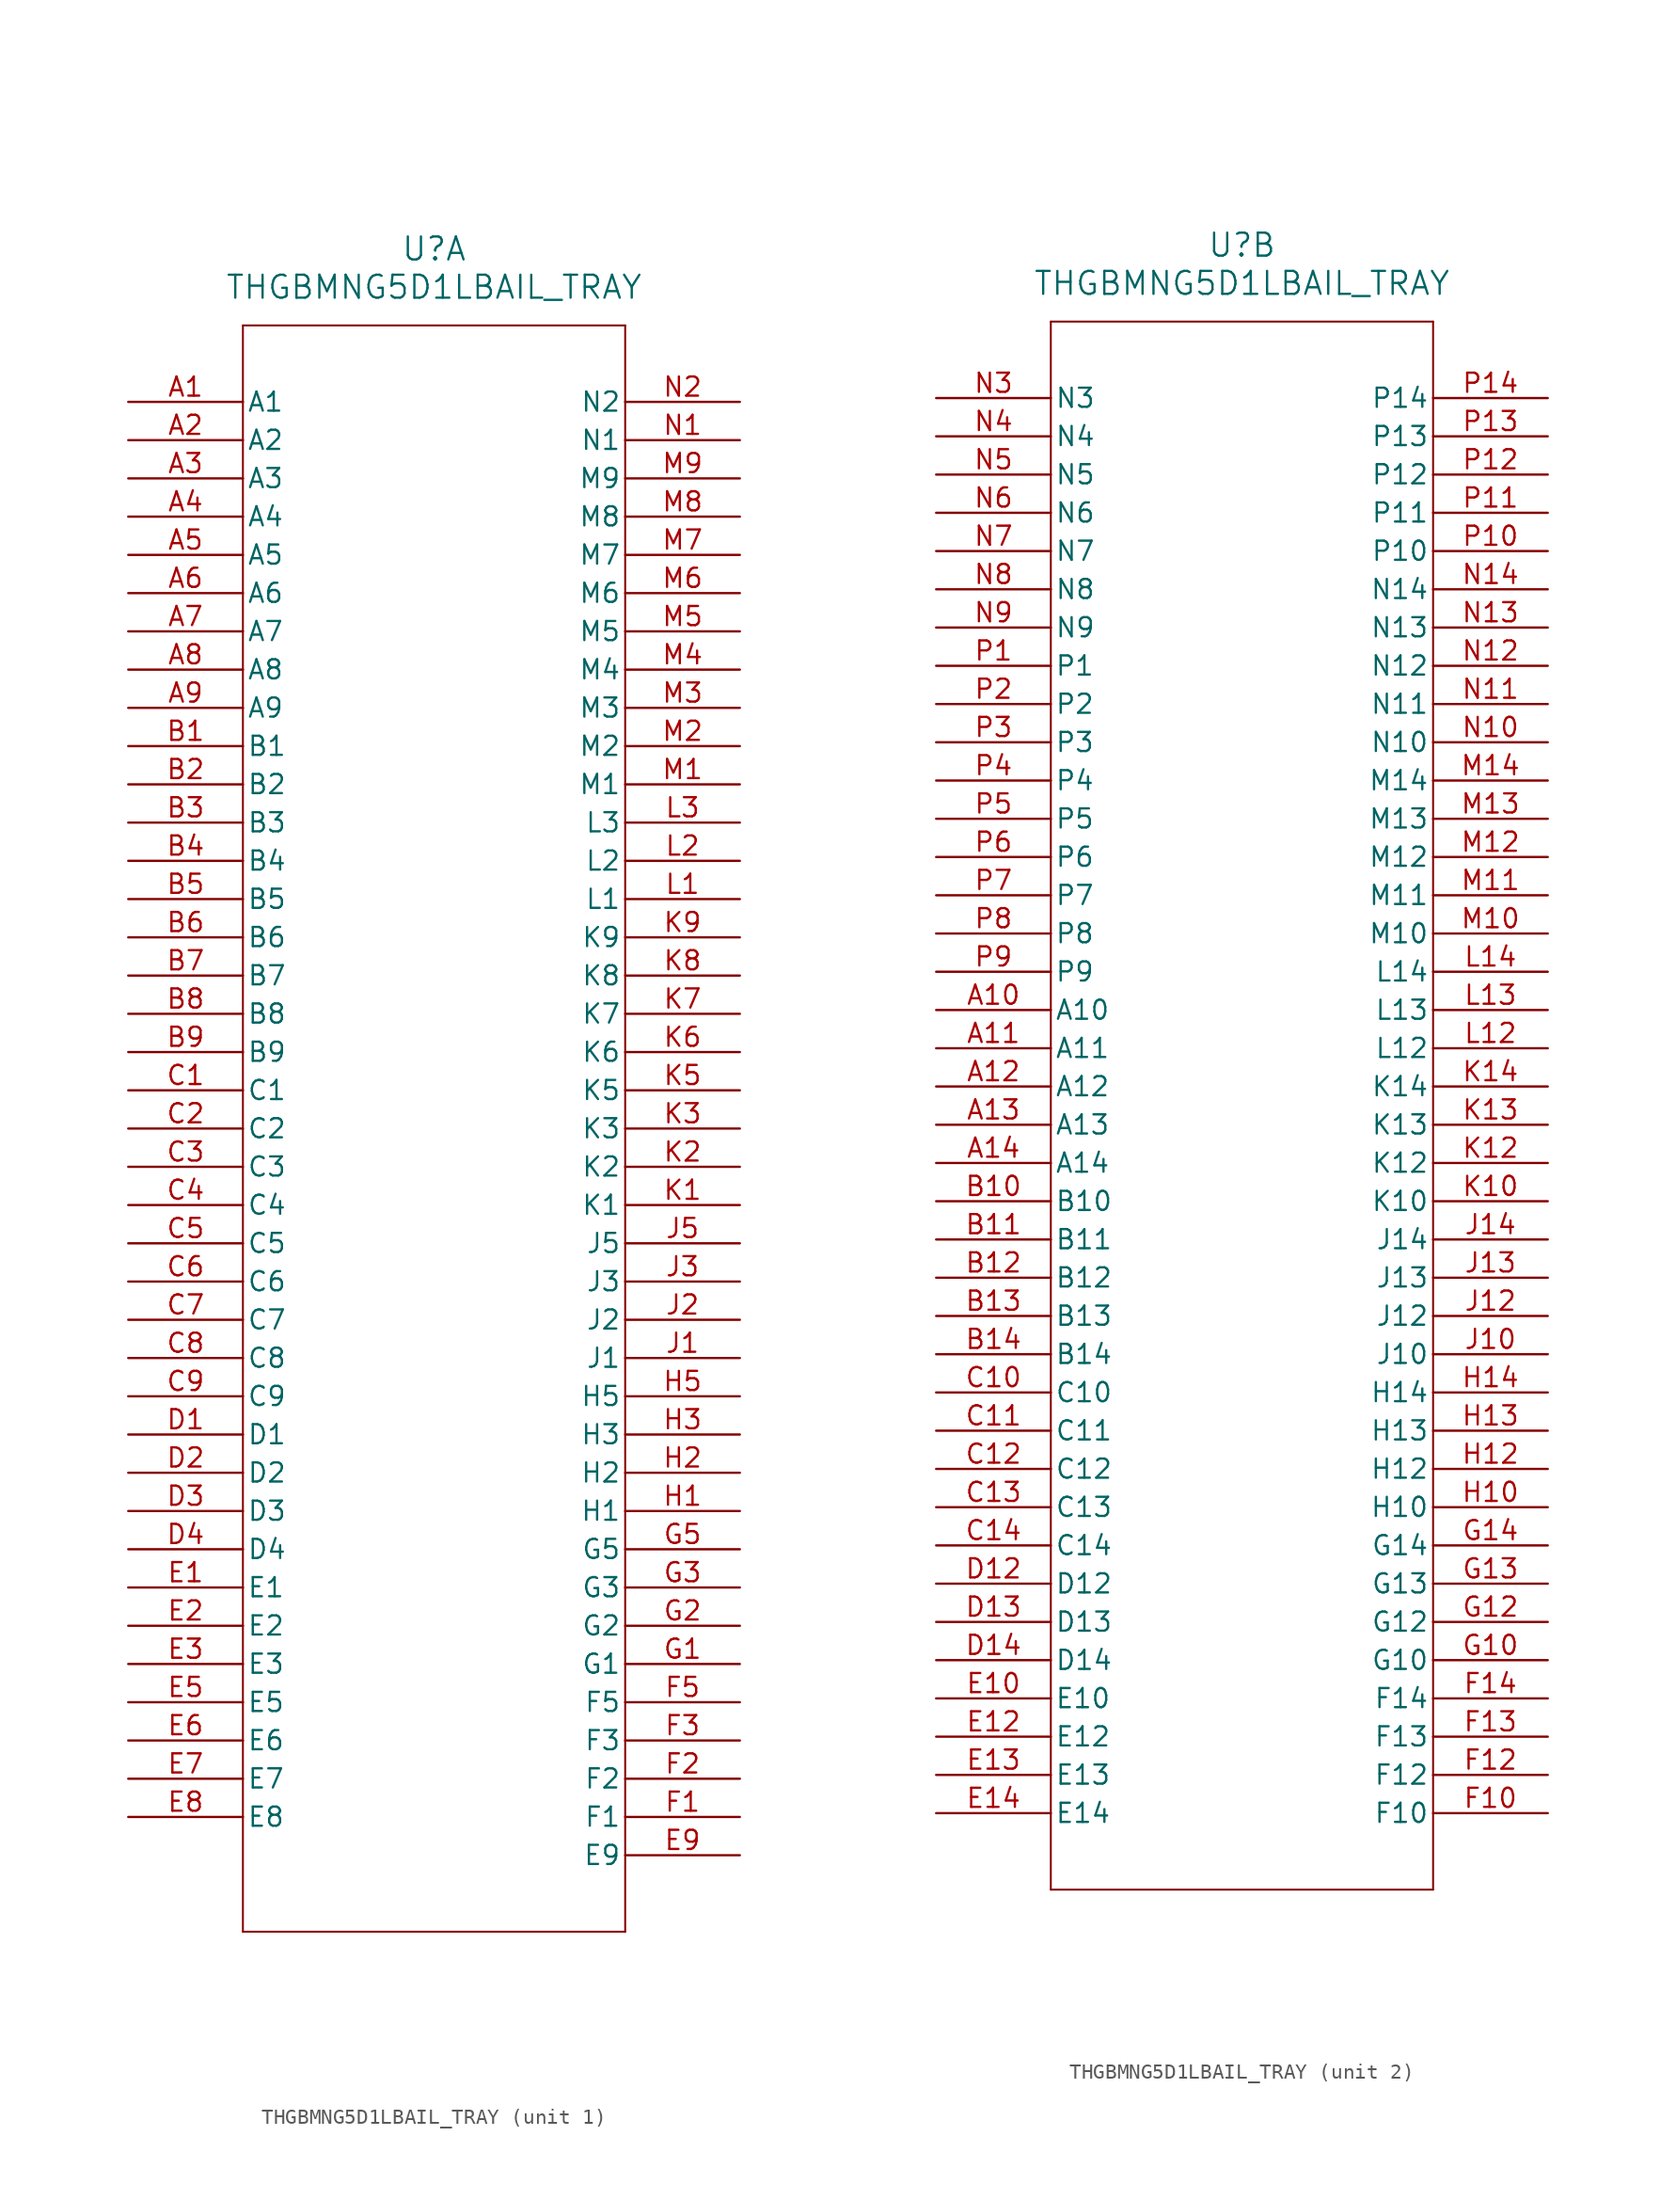
<source format=kicad_sym>
(kicad_symbol_lib
  (version 20211014)
  (generator kicad_symbol_editor)
  (symbol "THGBMNG5D1LBAIL_TRAY"
    (pin_names
      (offset 0.254))
    (property "Reference" "U"
      (at 20.32 10.16 0)
      (effects (font (size 1.524 1.524))))
    (property "Value" "THGBMNG5D1LBAIL_TRAY"
      (at 20.32 7.62 0)
      (effects (font (size 1.524 1.524))))
    (symbol "THGBMNG5D1LBAIL_TRAY_1_1"
      (polyline (pts (xy 7.62 5.08) (xy 7.62 -101.6)) (stroke (width 0.127) (type default) (color 0 0 0 0)) (fill (type none)))
      (polyline (pts (xy 7.62 -101.6) (xy 33.02 -101.6)) (stroke (width 0.127) (type default) (color 0 0 0 0)) (fill (type none)))
      (polyline (pts (xy 33.02 -101.6) (xy 33.02 5.08)) (stroke (width 0.127) (type default) (color 0 0 0 0)) (fill (type none)))
      (polyline (pts (xy 33.02 5.08) (xy 7.62 5.08)) (stroke (width 0.127) (type default) (color 0 0 0 0)) (fill (type none)))
      (pin unspecified line (at 0 0 0) (length 7.62) (name "A1" (effects (font (size 1.27 1.27)))) (number "A1" (effects (font (size 1.27 1.27)))))
      (pin unspecified line (at 0 -2.54 0) (length 7.62) (name "A2" (effects (font (size 1.27 1.27)))) (number "A2" (effects (font (size 1.27 1.27)))))
      (pin unspecified line (at 0 -5.08 0) (length 7.62) (name "A3" (effects (font (size 1.27 1.27)))) (number "A3" (effects (font (size 1.27 1.27)))))
      (pin unspecified line (at 0 -7.62 0) (length 7.62) (name "A4" (effects (font (size 1.27 1.27)))) (number "A4" (effects (font (size 1.27 1.27)))))
      (pin unspecified line (at 0 -10.16 0) (length 7.62) (name "A5" (effects (font (size 1.27 1.27)))) (number "A5" (effects (font (size 1.27 1.27)))))
      (pin unspecified line (at 0 -12.7 0) (length 7.62) (name "A6" (effects (font (size 1.27 1.27)))) (number "A6" (effects (font (size 1.27 1.27)))))
      (pin unspecified line (at 0 -15.24 0) (length 7.62) (name "A7" (effects (font (size 1.27 1.27)))) (number "A7" (effects (font (size 1.27 1.27)))))
      (pin unspecified line (at 0 -17.78 0) (length 7.62) (name "A8" (effects (font (size 1.27 1.27)))) (number "A8" (effects (font (size 1.27 1.27)))))
      (pin unspecified line (at 0 -20.32 0) (length 7.62) (name "A9" (effects (font (size 1.27 1.27)))) (number "A9" (effects (font (size 1.27 1.27)))))
      (pin unspecified line (at 0 -22.86 0) (length 7.62) (name "B1" (effects (font (size 1.27 1.27)))) (number "B1" (effects (font (size 1.27 1.27)))))
      (pin unspecified line (at 0 -25.4 0) (length 7.62) (name "B2" (effects (font (size 1.27 1.27)))) (number "B2" (effects (font (size 1.27 1.27)))))
      (pin unspecified line (at 0 -27.94 0) (length 7.62) (name "B3" (effects (font (size 1.27 1.27)))) (number "B3" (effects (font (size 1.27 1.27)))))
      (pin unspecified line (at 0 -30.48 0) (length 7.62) (name "B4" (effects (font (size 1.27 1.27)))) (number "B4" (effects (font (size 1.27 1.27)))))
      (pin unspecified line (at 0 -33.02 0) (length 7.62) (name "B5" (effects (font (size 1.27 1.27)))) (number "B5" (effects (font (size 1.27 1.27)))))
      (pin unspecified line (at 0 -35.56 0) (length 7.62) (name "B6" (effects (font (size 1.27 1.27)))) (number "B6" (effects (font (size 1.27 1.27)))))
      (pin unspecified line (at 0 -38.1 0) (length 7.62) (name "B7" (effects (font (size 1.27 1.27)))) (number "B7" (effects (font (size 1.27 1.27)))))
      (pin unspecified line (at 0 -40.64 0) (length 7.62) (name "B8" (effects (font (size 1.27 1.27)))) (number "B8" (effects (font (size 1.27 1.27)))))
      (pin unspecified line (at 0 -43.18 0) (length 7.62) (name "B9" (effects (font (size 1.27 1.27)))) (number "B9" (effects (font (size 1.27 1.27)))))
      (pin unspecified line (at 0 -45.72 0) (length 7.62) (name "C1" (effects (font (size 1.27 1.27)))) (number "C1" (effects (font (size 1.27 1.27)))))
      (pin unspecified line (at 0 -48.26 0) (length 7.62) (name "C2" (effects (font (size 1.27 1.27)))) (number "C2" (effects (font (size 1.27 1.27)))))
      (pin unspecified line (at 0 -50.8 0) (length 7.62) (name "C3" (effects (font (size 1.27 1.27)))) (number "C3" (effects (font (size 1.27 1.27)))))
      (pin unspecified line (at 0 -53.34 0) (length 7.62) (name "C4" (effects (font (size 1.27 1.27)))) (number "C4" (effects (font (size 1.27 1.27)))))
      (pin unspecified line (at 0 -55.88 0) (length 7.62) (name "C5" (effects (font (size 1.27 1.27)))) (number "C5" (effects (font (size 1.27 1.27)))))
      (pin unspecified line (at 0 -58.42 0) (length 7.62) (name "C6" (effects (font (size 1.27 1.27)))) (number "C6" (effects (font (size 1.27 1.27)))))
      (pin unspecified line (at 0 -60.96 0) (length 7.62) (name "C7" (effects (font (size 1.27 1.27)))) (number "C7" (effects (font (size 1.27 1.27)))))
      (pin unspecified line (at 0 -63.5 0) (length 7.62) (name "C8" (effects (font (size 1.27 1.27)))) (number "C8" (effects (font (size 1.27 1.27)))))
      (pin unspecified line (at 0 -66.04 0) (length 7.62) (name "C9" (effects (font (size 1.27 1.27)))) (number "C9" (effects (font (size 1.27 1.27)))))
      (pin unspecified line (at 0 -68.58 0) (length 7.62) (name "D1" (effects (font (size 1.27 1.27)))) (number "D1" (effects (font (size 1.27 1.27)))))
      (pin unspecified line (at 0 -71.12 0) (length 7.62) (name "D2" (effects (font (size 1.27 1.27)))) (number "D2" (effects (font (size 1.27 1.27)))))
      (pin unspecified line (at 0 -73.66 0) (length 7.62) (name "D3" (effects (font (size 1.27 1.27)))) (number "D3" (effects (font (size 1.27 1.27)))))
      (pin unspecified line (at 0 -76.2 0) (length 7.62) (name "D4" (effects (font (size 1.27 1.27)))) (number "D4" (effects (font (size 1.27 1.27)))))
      (pin unspecified line (at 0 -78.74 0) (length 7.62) (name "E1" (effects (font (size 1.27 1.27)))) (number "E1" (effects (font (size 1.27 1.27)))))
      (pin unspecified line (at 0 -81.28 0) (length 7.62) (name "E2" (effects (font (size 1.27 1.27)))) (number "E2" (effects (font (size 1.27 1.27)))))
      (pin unspecified line (at 0 -83.82 0) (length 7.62) (name "E3" (effects (font (size 1.27 1.27)))) (number "E3" (effects (font (size 1.27 1.27)))))
      (pin unspecified line (at 0 -86.36 0) (length 7.62) (name "E5" (effects (font (size 1.27 1.27)))) (number "E5" (effects (font (size 1.27 1.27)))))
      (pin unspecified line (at 0 -88.9 0) (length 7.62) (name "E6" (effects (font (size 1.27 1.27)))) (number "E6" (effects (font (size 1.27 1.27)))))
      (pin unspecified line (at 0 -91.44 0) (length 7.62) (name "E7" (effects (font (size 1.27 1.27)))) (number "E7" (effects (font (size 1.27 1.27)))))
      (pin unspecified line (at 0 -93.98 0) (length 7.62) (name "E8" (effects (font (size 1.27 1.27)))) (number "E8" (effects (font (size 1.27 1.27)))))
      (pin unspecified line (at 40.64 -96.52 180) (length 7.62) (name "E9" (effects (font (size 1.27 1.27)))) (number "E9" (effects (font (size 1.27 1.27)))))
      (pin unspecified line (at 40.64 -93.98 180) (length 7.62) (name "F1" (effects (font (size 1.27 1.27)))) (number "F1" (effects (font (size 1.27 1.27)))))
      (pin unspecified line (at 40.64 -91.44 180) (length 7.62) (name "F2" (effects (font (size 1.27 1.27)))) (number "F2" (effects (font (size 1.27 1.27)))))
      (pin unspecified line (at 40.64 -88.9 180) (length 7.62) (name "F3" (effects (font (size 1.27 1.27)))) (number "F3" (effects (font (size 1.27 1.27)))))
      (pin unspecified line (at 40.64 -86.36 180) (length 7.62) (name "F5" (effects (font (size 1.27 1.27)))) (number "F5" (effects (font (size 1.27 1.27)))))
      (pin unspecified line (at 40.64 -83.82 180) (length 7.62) (name "G1" (effects (font (size 1.27 1.27)))) (number "G1" (effects (font (size 1.27 1.27)))))
      (pin unspecified line (at 40.64 -81.28 180) (length 7.62) (name "G2" (effects (font (size 1.27 1.27)))) (number "G2" (effects (font (size 1.27 1.27)))))
      (pin unspecified line (at 40.64 -78.74 180) (length 7.62) (name "G3" (effects (font (size 1.27 1.27)))) (number "G3" (effects (font (size 1.27 1.27)))))
      (pin unspecified line (at 40.64 -76.2 180) (length 7.62) (name "G5" (effects (font (size 1.27 1.27)))) (number "G5" (effects (font (size 1.27 1.27)))))
      (pin unspecified line (at 40.64 -73.66 180) (length 7.62) (name "H1" (effects (font (size 1.27 1.27)))) (number "H1" (effects (font (size 1.27 1.27)))))
      (pin unspecified line (at 40.64 -71.12 180) (length 7.62) (name "H2" (effects (font (size 1.27 1.27)))) (number "H2" (effects (font (size 1.27 1.27)))))
      (pin unspecified line (at 40.64 -68.58 180) (length 7.62) (name "H3" (effects (font (size 1.27 1.27)))) (number "H3" (effects (font (size 1.27 1.27)))))
      (pin unspecified line (at 40.64 -66.04 180) (length 7.62) (name "H5" (effects (font (size 1.27 1.27)))) (number "H5" (effects (font (size 1.27 1.27)))))
      (pin unspecified line (at 40.64 -63.5 180) (length 7.62) (name "J1" (effects (font (size 1.27 1.27)))) (number "J1" (effects (font (size 1.27 1.27)))))
      (pin unspecified line (at 40.64 -60.96 180) (length 7.62) (name "J2" (effects (font (size 1.27 1.27)))) (number "J2" (effects (font (size 1.27 1.27)))))
      (pin unspecified line (at 40.64 -58.42 180) (length 7.62) (name "J3" (effects (font (size 1.27 1.27)))) (number "J3" (effects (font (size 1.27 1.27)))))
      (pin unspecified line (at 40.64 -55.88 180) (length 7.62) (name "J5" (effects (font (size 1.27 1.27)))) (number "J5" (effects (font (size 1.27 1.27)))))
      (pin unspecified line (at 40.64 -53.34 180) (length 7.62) (name "K1" (effects (font (size 1.27 1.27)))) (number "K1" (effects (font (size 1.27 1.27)))))
      (pin unspecified line (at 40.64 -50.8 180) (length 7.62) (name "K2" (effects (font (size 1.27 1.27)))) (number "K2" (effects (font (size 1.27 1.27)))))
      (pin unspecified line (at 40.64 -48.26 180) (length 7.62) (name "K3" (effects (font (size 1.27 1.27)))) (number "K3" (effects (font (size 1.27 1.27)))))
      (pin unspecified line (at 40.64 -45.72 180) (length 7.62) (name "K5" (effects (font (size 1.27 1.27)))) (number "K5" (effects (font (size 1.27 1.27)))))
      (pin unspecified line (at 40.64 -43.18 180) (length 7.62) (name "K6" (effects (font (size 1.27 1.27)))) (number "K6" (effects (font (size 1.27 1.27)))))
      (pin unspecified line (at 40.64 -40.64 180) (length 7.62) (name "K7" (effects (font (size 1.27 1.27)))) (number "K7" (effects (font (size 1.27 1.27)))))
      (pin unspecified line (at 40.64 -38.1 180) (length 7.62) (name "K8" (effects (font (size 1.27 1.27)))) (number "K8" (effects (font (size 1.27 1.27)))))
      (pin unspecified line (at 40.64 -35.56 180) (length 7.62) (name "K9" (effects (font (size 1.27 1.27)))) (number "K9" (effects (font (size 1.27 1.27)))))
      (pin unspecified line (at 40.64 -33.02 180) (length 7.62) (name "L1" (effects (font (size 1.27 1.27)))) (number "L1" (effects (font (size 1.27 1.27)))))
      (pin unspecified line (at 40.64 -30.48 180) (length 7.62) (name "L2" (effects (font (size 1.27 1.27)))) (number "L2" (effects (font (size 1.27 1.27)))))
      (pin unspecified line (at 40.64 -27.94 180) (length 7.62) (name "L3" (effects (font (size 1.27 1.27)))) (number "L3" (effects (font (size 1.27 1.27)))))
      (pin unspecified line (at 40.64 -25.4 180) (length 7.62) (name "M1" (effects (font (size 1.27 1.27)))) (number "M1" (effects (font (size 1.27 1.27)))))
      (pin unspecified line (at 40.64 -22.86 180) (length 7.62) (name "M2" (effects (font (size 1.27 1.27)))) (number "M2" (effects (font (size 1.27 1.27)))))
      (pin unspecified line (at 40.64 -20.32 180) (length 7.62) (name "M3" (effects (font (size 1.27 1.27)))) (number "M3" (effects (font (size 1.27 1.27)))))
      (pin unspecified line (at 40.64 -17.78 180) (length 7.62) (name "M4" (effects (font (size 1.27 1.27)))) (number "M4" (effects (font (size 1.27 1.27)))))
      (pin unspecified line (at 40.64 -15.24 180) (length 7.62) (name "M5" (effects (font (size 1.27 1.27)))) (number "M5" (effects (font (size 1.27 1.27)))))
      (pin unspecified line (at 40.64 -12.7 180) (length 7.62) (name "M6" (effects (font (size 1.27 1.27)))) (number "M6" (effects (font (size 1.27 1.27)))))
      (pin unspecified line (at 40.64 -10.16 180) (length 7.62) (name "M7" (effects (font (size 1.27 1.27)))) (number "M7" (effects (font (size 1.27 1.27)))))
      (pin unspecified line (at 40.64 -7.62 180) (length 7.62) (name "M8" (effects (font (size 1.27 1.27)))) (number "M8" (effects (font (size 1.27 1.27)))))
      (pin unspecified line (at 40.64 -5.08 180) (length 7.62) (name "M9" (effects (font (size 1.27 1.27)))) (number "M9" (effects (font (size 1.27 1.27)))))
      (pin unspecified line (at 40.64 -2.54 180) (length 7.62) (name "N1" (effects (font (size 1.27 1.27)))) (number "N1" (effects (font (size 1.27 1.27)))))
      (pin unspecified line (at 40.64 0 180) (length 7.62) (name "N2" (effects (font (size 1.27 1.27)))) (number "N2" (effects (font (size 1.27 1.27))))))
    (symbol "THGBMNG5D1LBAIL_TRAY_2_1"
      (polyline (pts (xy 7.62 5.08) (xy 7.62 -99.06)) (stroke (width 0.127) (type default) (color 0 0 0 0)) (fill (type none)))
      (polyline (pts (xy 7.62 -99.06) (xy 33.02 -99.06)) (stroke (width 0.127) (type default) (color 0 0 0 0)) (fill (type none)))
      (polyline (pts (xy 33.02 -99.06) (xy 33.02 5.08)) (stroke (width 0.127) (type default) (color 0 0 0 0)) (fill (type none)))
      (polyline (pts (xy 33.02 5.08) (xy 7.62 5.08)) (stroke (width 0.127) (type default) (color 0 0 0 0)) (fill (type none)))
      (pin unspecified line (at 0 0 0) (length 7.62) (name "N3" (effects (font (size 1.27 1.27)))) (number "N3" (effects (font (size 1.27 1.27)))))
      (pin unspecified line (at 0 -2.54 0) (length 7.62) (name "N4" (effects (font (size 1.27 1.27)))) (number "N4" (effects (font (size 1.27 1.27)))))
      (pin unspecified line (at 0 -5.08 0) (length 7.62) (name "N5" (effects (font (size 1.27 1.27)))) (number "N5" (effects (font (size 1.27 1.27)))))
      (pin unspecified line (at 0 -7.62 0) (length 7.62) (name "N6" (effects (font (size 1.27 1.27)))) (number "N6" (effects (font (size 1.27 1.27)))))
      (pin unspecified line (at 0 -10.16 0) (length 7.62) (name "N7" (effects (font (size 1.27 1.27)))) (number "N7" (effects (font (size 1.27 1.27)))))
      (pin unspecified line (at 0 -12.7 0) (length 7.62) (name "N8" (effects (font (size 1.27 1.27)))) (number "N8" (effects (font (size 1.27 1.27)))))
      (pin unspecified line (at 0 -15.24 0) (length 7.62) (name "N9" (effects (font (size 1.27 1.27)))) (number "N9" (effects (font (size 1.27 1.27)))))
      (pin unspecified line (at 0 -17.78 0) (length 7.62) (name "P1" (effects (font (size 1.27 1.27)))) (number "P1" (effects (font (size 1.27 1.27)))))
      (pin unspecified line (at 0 -20.32 0) (length 7.62) (name "P2" (effects (font (size 1.27 1.27)))) (number "P2" (effects (font (size 1.27 1.27)))))
      (pin unspecified line (at 0 -22.86 0) (length 7.62) (name "P3" (effects (font (size 1.27 1.27)))) (number "P3" (effects (font (size 1.27 1.27)))))
      (pin unspecified line (at 0 -25.4 0) (length 7.62) (name "P4" (effects (font (size 1.27 1.27)))) (number "P4" (effects (font (size 1.27 1.27)))))
      (pin unspecified line (at 0 -27.94 0) (length 7.62) (name "P5" (effects (font (size 1.27 1.27)))) (number "P5" (effects (font (size 1.27 1.27)))))
      (pin unspecified line (at 0 -30.48 0) (length 7.62) (name "P6" (effects (font (size 1.27 1.27)))) (number "P6" (effects (font (size 1.27 1.27)))))
      (pin unspecified line (at 0 -33.02 0) (length 7.62) (name "P7" (effects (font (size 1.27 1.27)))) (number "P7" (effects (font (size 1.27 1.27)))))
      (pin unspecified line (at 0 -35.56 0) (length 7.62) (name "P8" (effects (font (size 1.27 1.27)))) (number "P8" (effects (font (size 1.27 1.27)))))
      (pin unspecified line (at 0 -38.1 0) (length 7.62) (name "P9" (effects (font (size 1.27 1.27)))) (number "P9" (effects (font (size 1.27 1.27)))))
      (pin unspecified line (at 0 -40.64 0) (length 7.62) (name "A10" (effects (font (size 1.27 1.27)))) (number "A10" (effects (font (size 1.27 1.27)))))
      (pin unspecified line (at 0 -43.18 0) (length 7.62) (name "A11" (effects (font (size 1.27 1.27)))) (number "A11" (effects (font (size 1.27 1.27)))))
      (pin unspecified line (at 0 -45.72 0) (length 7.62) (name "A12" (effects (font (size 1.27 1.27)))) (number "A12" (effects (font (size 1.27 1.27)))))
      (pin unspecified line (at 0 -48.26 0) (length 7.62) (name "A13" (effects (font (size 1.27 1.27)))) (number "A13" (effects (font (size 1.27 1.27)))))
      (pin unspecified line (at 0 -50.8 0) (length 7.62) (name "A14" (effects (font (size 1.27 1.27)))) (number "A14" (effects (font (size 1.27 1.27)))))
      (pin unspecified line (at 0 -53.34 0) (length 7.62) (name "B10" (effects (font (size 1.27 1.27)))) (number "B10" (effects (font (size 1.27 1.27)))))
      (pin unspecified line (at 0 -55.88 0) (length 7.62) (name "B11" (effects (font (size 1.27 1.27)))) (number "B11" (effects (font (size 1.27 1.27)))))
      (pin unspecified line (at 0 -58.42 0) (length 7.62) (name "B12" (effects (font (size 1.27 1.27)))) (number "B12" (effects (font (size 1.27 1.27)))))
      (pin unspecified line (at 0 -60.96 0) (length 7.62) (name "B13" (effects (font (size 1.27 1.27)))) (number "B13" (effects (font (size 1.27 1.27)))))
      (pin unspecified line (at 0 -63.5 0) (length 7.62) (name "B14" (effects (font (size 1.27 1.27)))) (number "B14" (effects (font (size 1.27 1.27)))))
      (pin unspecified line (at 0 -66.04 0) (length 7.62) (name "C10" (effects (font (size 1.27 1.27)))) (number "C10" (effects (font (size 1.27 1.27)))))
      (pin unspecified line (at 0 -68.58 0) (length 7.62) (name "C11" (effects (font (size 1.27 1.27)))) (number "C11" (effects (font (size 1.27 1.27)))))
      (pin unspecified line (at 0 -71.12 0) (length 7.62) (name "C12" (effects (font (size 1.27 1.27)))) (number "C12" (effects (font (size 1.27 1.27)))))
      (pin unspecified line (at 0 -73.66 0) (length 7.62) (name "C13" (effects (font (size 1.27 1.27)))) (number "C13" (effects (font (size 1.27 1.27)))))
      (pin unspecified line (at 0 -76.2 0) (length 7.62) (name "C14" (effects (font (size 1.27 1.27)))) (number "C14" (effects (font (size 1.27 1.27)))))
      (pin unspecified line (at 0 -78.74 0) (length 7.62) (name "D12" (effects (font (size 1.27 1.27)))) (number "D12" (effects (font (size 1.27 1.27)))))
      (pin unspecified line (at 0 -81.28 0) (length 7.62) (name "D13" (effects (font (size 1.27 1.27)))) (number "D13" (effects (font (size 1.27 1.27)))))
      (pin unspecified line (at 0 -83.82 0) (length 7.62) (name "D14" (effects (font (size 1.27 1.27)))) (number "D14" (effects (font (size 1.27 1.27)))))
      (pin unspecified line (at 0 -86.36 0) (length 7.62) (name "E10" (effects (font (size 1.27 1.27)))) (number "E10" (effects (font (size 1.27 1.27)))))
      (pin unspecified line (at 0 -88.9 0) (length 7.62) (name "E12" (effects (font (size 1.27 1.27)))) (number "E12" (effects (font (size 1.27 1.27)))))
      (pin unspecified line (at 0 -91.44 0) (length 7.62) (name "E13" (effects (font (size 1.27 1.27)))) (number "E13" (effects (font (size 1.27 1.27)))))
      (pin unspecified line (at 0 -93.98 0) (length 7.62) (name "E14" (effects (font (size 1.27 1.27)))) (number "E14" (effects (font (size 1.27 1.27)))))
      (pin unspecified line (at 40.64 -93.98 180) (length 7.62) (name "F10" (effects (font (size 1.27 1.27)))) (number "F10" (effects (font (size 1.27 1.27)))))
      (pin unspecified line (at 40.64 -91.44 180) (length 7.62) (name "F12" (effects (font (size 1.27 1.27)))) (number "F12" (effects (font (size 1.27 1.27)))))
      (pin unspecified line (at 40.64 -88.9 180) (length 7.62) (name "F13" (effects (font (size 1.27 1.27)))) (number "F13" (effects (font (size 1.27 1.27)))))
      (pin unspecified line (at 40.64 -86.36 180) (length 7.62) (name "F14" (effects (font (size 1.27 1.27)))) (number "F14" (effects (font (size 1.27 1.27)))))
      (pin unspecified line (at 40.64 -83.82 180) (length 7.62) (name "G10" (effects (font (size 1.27 1.27)))) (number "G10" (effects (font (size 1.27 1.27)))))
      (pin unspecified line (at 40.64 -81.28 180) (length 7.62) (name "G12" (effects (font (size 1.27 1.27)))) (number "G12" (effects (font (size 1.27 1.27)))))
      (pin unspecified line (at 40.64 -78.74 180) (length 7.62) (name "G13" (effects (font (size 1.27 1.27)))) (number "G13" (effects (font (size 1.27 1.27)))))
      (pin unspecified line (at 40.64 -76.2 180) (length 7.62) (name "G14" (effects (font (size 1.27 1.27)))) (number "G14" (effects (font (size 1.27 1.27)))))
      (pin unspecified line (at 40.64 -73.66 180) (length 7.62) (name "H10" (effects (font (size 1.27 1.27)))) (number "H10" (effects (font (size 1.27 1.27)))))
      (pin unspecified line (at 40.64 -71.12 180) (length 7.62) (name "H12" (effects (font (size 1.27 1.27)))) (number "H12" (effects (font (size 1.27 1.27)))))
      (pin unspecified line (at 40.64 -68.58 180) (length 7.62) (name "H13" (effects (font (size 1.27 1.27)))) (number "H13" (effects (font (size 1.27 1.27)))))
      (pin unspecified line (at 40.64 -66.04 180) (length 7.62) (name "H14" (effects (font (size 1.27 1.27)))) (number "H14" (effects (font (size 1.27 1.27)))))
      (pin unspecified line (at 40.64 -63.5 180) (length 7.62) (name "J10" (effects (font (size 1.27 1.27)))) (number "J10" (effects (font (size 1.27 1.27)))))
      (pin unspecified line (at 40.64 -60.96 180) (length 7.62) (name "J12" (effects (font (size 1.27 1.27)))) (number "J12" (effects (font (size 1.27 1.27)))))
      (pin unspecified line (at 40.64 -58.42 180) (length 7.62) (name "J13" (effects (font (size 1.27 1.27)))) (number "J13" (effects (font (size 1.27 1.27)))))
      (pin unspecified line (at 40.64 -55.88 180) (length 7.62) (name "J14" (effects (font (size 1.27 1.27)))) (number "J14" (effects (font (size 1.27 1.27)))))
      (pin unspecified line (at 40.64 -53.34 180) (length 7.62) (name "K10" (effects (font (size 1.27 1.27)))) (number "K10" (effects (font (size 1.27 1.27)))))
      (pin unspecified line (at 40.64 -50.8 180) (length 7.62) (name "K12" (effects (font (size 1.27 1.27)))) (number "K12" (effects (font (size 1.27 1.27)))))
      (pin unspecified line (at 40.64 -48.26 180) (length 7.62) (name "K13" (effects (font (size 1.27 1.27)))) (number "K13" (effects (font (size 1.27 1.27)))))
      (pin unspecified line (at 40.64 -45.72 180) (length 7.62) (name "K14" (effects (font (size 1.27 1.27)))) (number "K14" (effects (font (size 1.27 1.27)))))
      (pin unspecified line (at 40.64 -43.18 180) (length 7.62) (name "L12" (effects (font (size 1.27 1.27)))) (number "L12" (effects (font (size 1.27 1.27)))))
      (pin unspecified line (at 40.64 -40.64 180) (length 7.62) (name "L13" (effects (font (size 1.27 1.27)))) (number "L13" (effects (font (size 1.27 1.27)))))
      (pin unspecified line (at 40.64 -38.1 180) (length 7.62) (name "L14" (effects (font (size 1.27 1.27)))) (number "L14" (effects (font (size 1.27 1.27)))))
      (pin unspecified line (at 40.64 -35.56 180) (length 7.62) (name "M10" (effects (font (size 1.27 1.27)))) (number "M10" (effects (font (size 1.27 1.27)))))
      (pin unspecified line (at 40.64 -33.02 180) (length 7.62) (name "M11" (effects (font (size 1.27 1.27)))) (number "M11" (effects (font (size 1.27 1.27)))))
      (pin unspecified line (at 40.64 -30.48 180) (length 7.62) (name "M12" (effects (font (size 1.27 1.27)))) (number "M12" (effects (font (size 1.27 1.27)))))
      (pin unspecified line (at 40.64 -27.94 180) (length 7.62) (name "M13" (effects (font (size 1.27 1.27)))) (number "M13" (effects (font (size 1.27 1.27)))))
      (pin unspecified line (at 40.64 -25.4 180) (length 7.62) (name "M14" (effects (font (size 1.27 1.27)))) (number "M14" (effects (font (size 1.27 1.27)))))
      (pin unspecified line (at 40.64 -22.86 180) (length 7.62) (name "N10" (effects (font (size 1.27 1.27)))) (number "N10" (effects (font (size 1.27 1.27)))))
      (pin unspecified line (at 40.64 -20.32 180) (length 7.62) (name "N11" (effects (font (size 1.27 1.27)))) (number "N11" (effects (font (size 1.27 1.27)))))
      (pin unspecified line (at 40.64 -17.78 180) (length 7.62) (name "N12" (effects (font (size 1.27 1.27)))) (number "N12" (effects (font (size 1.27 1.27)))))
      (pin unspecified line (at 40.64 -15.24 180) (length 7.62) (name "N13" (effects (font (size 1.27 1.27)))) (number "N13" (effects (font (size 1.27 1.27)))))
      (pin unspecified line (at 40.64 -12.7 180) (length 7.62) (name "N14" (effects (font (size 1.27 1.27)))) (number "N14" (effects (font (size 1.27 1.27)))))
      (pin unspecified line (at 40.64 -10.16 180) (length 7.62) (name "P10" (effects (font (size 1.27 1.27)))) (number "P10" (effects (font (size 1.27 1.27)))))
      (pin unspecified line (at 40.64 -7.62 180) (length 7.62) (name "P11" (effects (font (size 1.27 1.27)))) (number "P11" (effects (font (size 1.27 1.27)))))
      (pin unspecified line (at 40.64 -5.08 180) (length 7.62) (name "P12" (effects (font (size 1.27 1.27)))) (number "P12" (effects (font (size 1.27 1.27)))))
      (pin unspecified line (at 40.64 -2.54 180) (length 7.62) (name "P13" (effects (font (size 1.27 1.27)))) (number "P13" (effects (font (size 1.27 1.27)))))
      (pin unspecified line (at 40.64 0 180) (length 7.62) (name "P14" (effects (font (size 1.27 1.27)))) (number "P14" (effects (font (size 1.27 1.27))))))))
</source>
